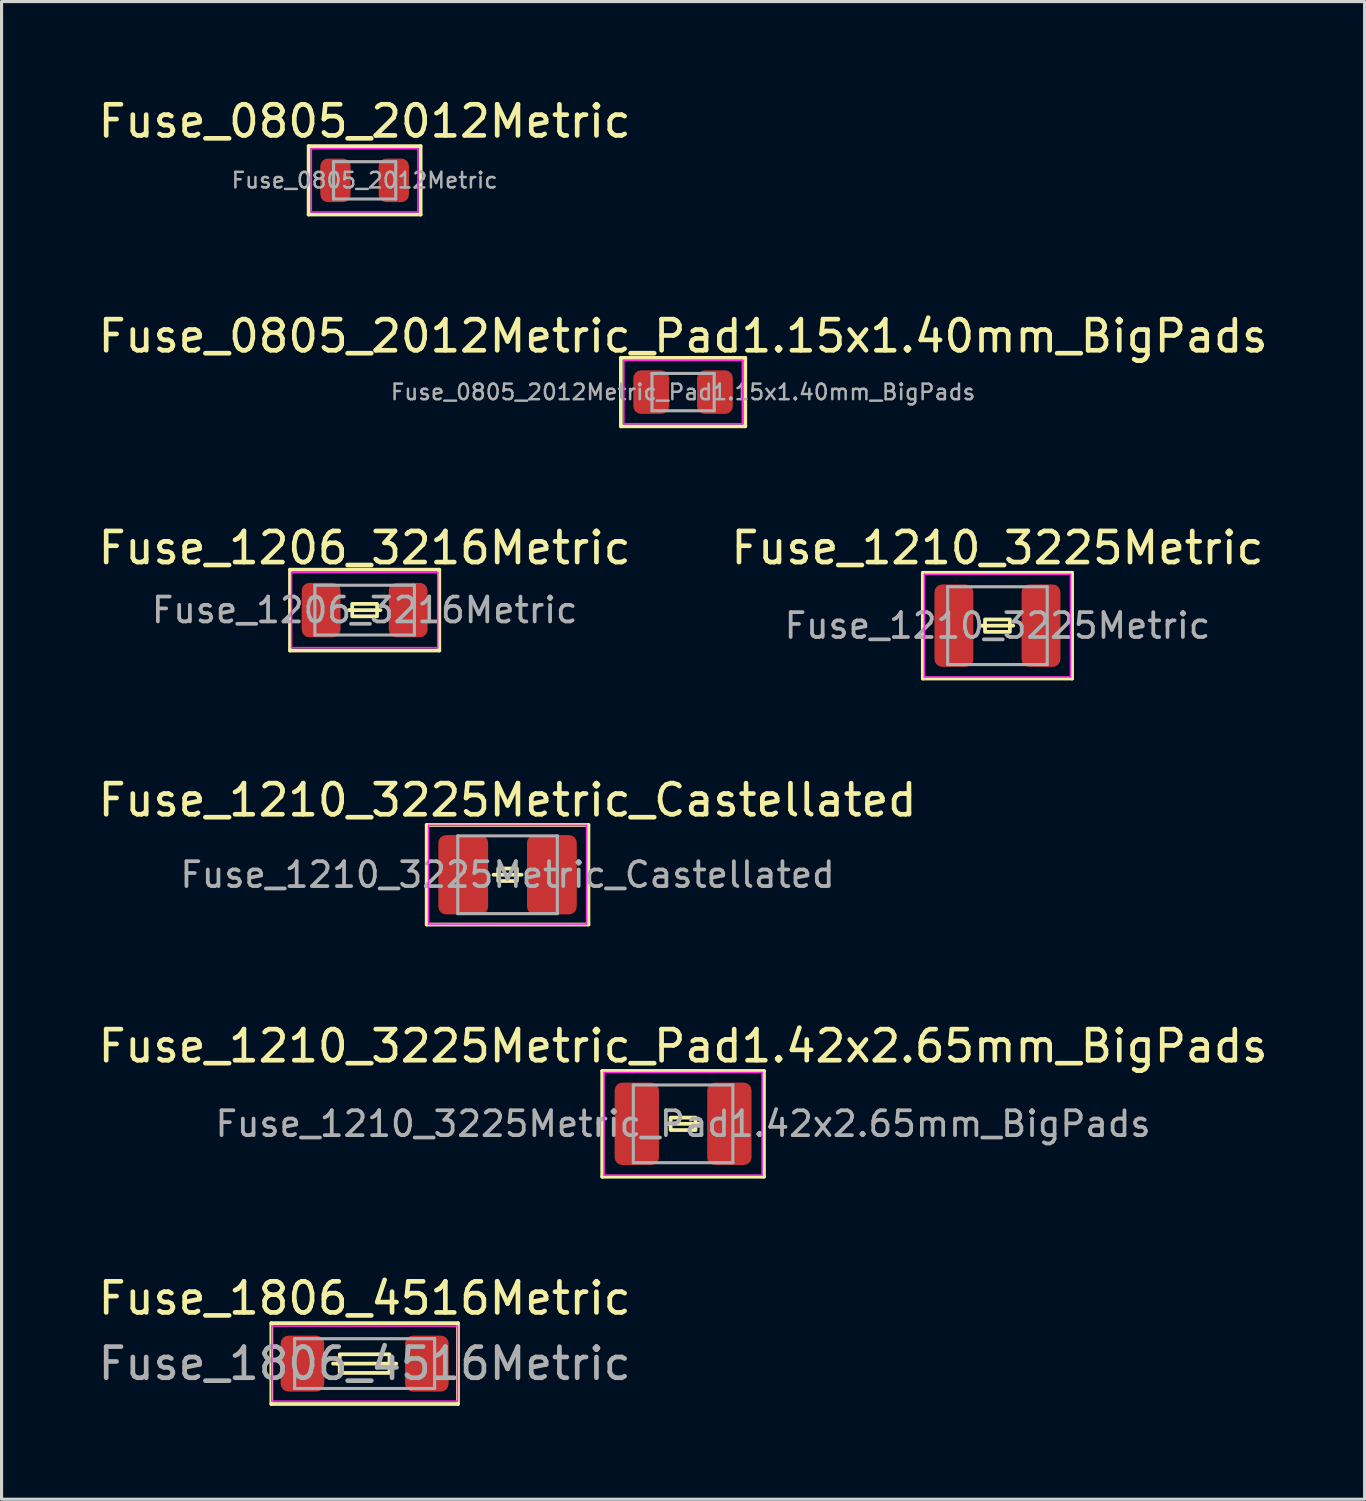
<source format=kicad_pcb>
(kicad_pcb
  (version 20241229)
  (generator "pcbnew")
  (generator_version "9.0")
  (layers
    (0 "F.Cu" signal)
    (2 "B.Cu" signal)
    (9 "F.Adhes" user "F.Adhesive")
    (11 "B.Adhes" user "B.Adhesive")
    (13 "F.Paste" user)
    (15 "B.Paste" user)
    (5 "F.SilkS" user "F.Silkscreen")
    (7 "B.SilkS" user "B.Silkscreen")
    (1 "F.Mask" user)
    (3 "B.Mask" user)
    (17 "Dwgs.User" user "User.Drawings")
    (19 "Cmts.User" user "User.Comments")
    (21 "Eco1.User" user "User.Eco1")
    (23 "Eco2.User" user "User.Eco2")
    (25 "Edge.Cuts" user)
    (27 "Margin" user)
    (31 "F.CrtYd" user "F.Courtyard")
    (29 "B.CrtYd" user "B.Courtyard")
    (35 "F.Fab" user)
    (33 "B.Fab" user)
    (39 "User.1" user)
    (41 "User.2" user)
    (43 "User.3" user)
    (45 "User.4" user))
  (footprint "Fuse_1206_3216Metric"
    (layer "F.Cu")
    (at 8.673 16.565)
    (property "Reference" "Fuse_1206_3216Metric" (at 0 -2 0) (layer "F.SilkS") (effects (font (size 1 1) (thickness 0.15))))
    (attr smd)
    (fp_line (start -2.4 -1.3) (end -2.4 1.3) (stroke (width 0.12) (type solid)) (layer "F.SilkS"))
    (fp_line (start -2.4 1.3) (end 2.4 1.3) (stroke (width 0.12) (type solid)) (layer "F.SilkS"))
    (fp_line (start -0.457 0) (end -0.508 0) (stroke (width 0.12) (type solid)) (layer "F.SilkS"))
    (fp_line (start -0.457 0) (end 0.508 0) (stroke (width 0.12) (type solid)) (layer "F.SilkS"))
    (fp_line (start 2.4 -1.3) (end -2.4 -1.3) (stroke (width 0.12) (type solid)) (layer "F.SilkS"))
    (fp_line (start 2.4 1.3) (end 2.4 -1.3) (stroke (width 0.12) (type solid)) (layer "F.SilkS"))
    (fp_rect (start -0.4 -0.2) (end 0.4 0.2) (stroke (width 0.12) (type solid)) (fill no) (layer "F.SilkS"))
    (fp_line (start -2.349 -1.206) (end 2.349 -1.206) (stroke (width 0.05) (type solid)) (layer "F.CrtYd"))
    (fp_line (start -2.349 1.206) (end -2.349 -1.206) (stroke (width 0.05) (type solid)) (layer "F.CrtYd"))
    (fp_line (start 2.349 -1.206) (end 2.349 1.206) (stroke (width 0.05) (type solid)) (layer "F.CrtYd"))
    (fp_line (start 2.349 1.206) (end -2.349 1.206) (stroke (width 0.05) (type solid)) (layer "F.CrtYd"))
    (fp_line (start -1.6 -0.8) (end 1.6 -0.8) (stroke (width 0.1) (type solid)) (layer "F.Fab"))
    (fp_line (start -1.6 0.8) (end -1.6 -0.8) (stroke (width 0.1) (type solid)) (layer "F.Fab"))
    (fp_line (start 1.6 -0.8) (end 1.6 0.8) (stroke (width 0.1) (type solid)) (layer "F.Fab"))
    (fp_line (start 1.6 0.8) (end -1.6 0.8) (stroke (width 0.1) (type solid)) (layer "F.Fab"))
    (fp_text user "${REFERENCE}" (at 0 0 0) (layer "F.Fab") (effects (font (size 0.8 0.8) (thickness 0.12))))
    (pad "1" smd roundrect (at -1.4 0) (size 1.25 1.75) (layers "F.Cu" "F.Mask" "F.Paste") (roundrect_rratio 0.2))
    (pad "2" smd roundrect (at 1.4 0) (size 1.25 1.75) (layers "F.Cu" "F.Mask" "F.Paste") (roundrect_rratio 0.2)))
  (footprint "Fuse_1210_3225Metric_Pad1.42x2.65mm_BigPads"
    (layer "F.Cu")
    (at 18.911 33.081)
    (property "Reference" "Fuse_1210_3225Metric_Pad1.42x2.65mm_BigPads" (at 0 -2.5 0) (layer "F.SilkS") (effects (font (size 1 1) (thickness 0.15))))
    (attr smd)
    (fp_line (start -2.6 -1.7) (end -2.6 1.7) (stroke (width 0.12) (type solid)) (layer "F.SilkS"))
    (fp_line (start -2.6 1.7) (end 2.6 1.7) (stroke (width 0.12) (type solid)) (layer "F.SilkS"))
    (fp_line (start -0.457 0) (end -0.508 0) (stroke (width 0.12) (type solid)) (layer "F.SilkS"))
    (fp_line (start -0.457 0) (end 0.508 0) (stroke (width 0.12) (type solid)) (layer "F.SilkS"))
    (fp_line (start 2.6 -1.7) (end -2.6 -1.7) (stroke (width 0.12) (type solid)) (layer "F.SilkS"))
    (fp_line (start 2.6 1.7) (end 2.6 -1.7) (stroke (width 0.12) (type solid)) (layer "F.SilkS"))
    (fp_rect (start -0.4 -0.2) (end 0.4 0.2) (stroke (width 0.12) (type solid)) (fill no) (layer "F.SilkS"))
    (fp_line (start -2.54 -1.651) (end 2.54 -1.651) (stroke (width 0.05) (type solid)) (layer "F.CrtYd"))
    (fp_line (start -2.54 1.651) (end -2.54 -1.651) (stroke (width 0.05) (type solid)) (layer "F.CrtYd"))
    (fp_line (start 2.54 -1.651) (end 2.54 1.651) (stroke (width 0.05) (type solid)) (layer "F.CrtYd"))
    (fp_line (start 2.54 1.651) (end -2.54 1.651) (stroke (width 0.05) (type solid)) (layer "F.CrtYd"))
    (fp_line (start -1.6 -1.25) (end 1.6 -1.25) (stroke (width 0.1) (type solid)) (layer "F.Fab"))
    (fp_line (start -1.6 1.25) (end -1.6 -1.25) (stroke (width 0.1) (type solid)) (layer "F.Fab"))
    (fp_line (start 1.6 -1.25) (end 1.6 1.25) (stroke (width 0.1) (type solid)) (layer "F.Fab"))
    (fp_line (start 1.6 1.25) (end -1.6 1.25) (stroke (width 0.1) (type solid)) (layer "F.Fab"))
    (fp_text user "${REFERENCE}" (at 0 0 0) (layer "F.Fab") (effects (font (size 0.8 0.8) (thickness 0.12))))
    (pad "1" smd roundrect (at -1.488 0) (size 1.425 2.65) (layers "F.Cu" "F.Mask" "F.Paste") (roundrect_rratio 0.175))
    (pad "2" smd roundrect (at 1.488 0) (size 1.425 2.65) (layers "F.Cu" "F.Mask" "F.Paste") (roundrect_rratio 0.175)))
  (footprint "Fuse_1806_4516Metric"
    (layer "F.Cu")
    (at 8.673 40.789)
    (property "Reference" "Fuse_1806_4516Metric" (at 0 -2.1 0) (layer "F.SilkS") (effects (font (size 1 1) (thickness 0.15))))
    (attr smd)
    (fp_line (start -3 -1.3) (end -3 1.3) (stroke (width 0.12) (type solid)) (layer "F.SilkS"))
    (fp_line (start -3 1.3) (end 3 1.3) (stroke (width 0.12) (type solid)) (layer "F.SilkS"))
    (fp_line (start -0.889 0) (end -1.016 0) (stroke (width 0.12) (type solid)) (layer "F.SilkS"))
    (fp_line (start -0.889 0) (end 1.016 0) (stroke (width 0.12) (type solid)) (layer "F.SilkS"))
    (fp_line (start 3 -1.3) (end -3 -1.3) (stroke (width 0.12) (type solid)) (layer "F.SilkS"))
    (fp_line (start 3 1.3) (end 3 -1.3) (stroke (width 0.12) (type solid)) (layer "F.SilkS"))
    (fp_rect (start -0.8 -0.3) (end 0.8 0.3) (stroke (width 0.12) (type solid)) (fill no) (layer "F.SilkS"))
    (fp_line (start -2.985 -1.206) (end 2.985 -1.206) (stroke (width 0.05) (type solid)) (layer "F.CrtYd"))
    (fp_line (start -2.985 1.206) (end -2.985 -1.206) (stroke (width 0.05) (type solid)) (layer "F.CrtYd"))
    (fp_line (start 2.985 -1.206) (end 2.985 1.206) (stroke (width 0.05) (type solid)) (layer "F.CrtYd"))
    (fp_line (start 2.985 1.206) (end -2.985 1.206) (stroke (width 0.05) (type solid)) (layer "F.CrtYd"))
    (fp_line (start -2.25 -0.8) (end 2.25 -0.8) (stroke (width 0.1) (type solid)) (layer "F.Fab"))
    (fp_line (start -2.25 0.8) (end -2.25 -0.8) (stroke (width 0.1) (type solid)) (layer "F.Fab"))
    (fp_line (start 2.25 -0.8) (end 2.25 0.8) (stroke (width 0.1) (type solid)) (layer "F.Fab"))
    (fp_line (start 2.25 0.8) (end -2.25 0.8) (stroke (width 0.1) (type solid)) (layer "F.Fab"))
    (fp_text user "${REFERENCE}" (at 0 0 0) (layer "F.Fab") (effects (font (size 1 1) (thickness 0.15))))
    (pad "1" smd roundrect (at -2 0) (size 1.4 1.8) (layers "F.Cu" "F.Mask" "F.Paste") (roundrect_rratio 0.179))
    (pad "2" smd roundrect (at 2 0) (size 1.4 1.8) (layers "F.Cu" "F.Mask" "F.Paste") (roundrect_rratio 0.179)))
  (footprint "Fuse_0805_2012Metric"
    (layer "F.Cu")
    (at 8.673 2.748)
    (property "Reference" "Fuse_0805_2012Metric" (at 0 -1.9 0) (layer "F.SilkS") (effects (font (size 1 1) (thickness 0.15))))
    (attr smd)
    (fp_line (start -1.8 -1.1) (end -1.8 1.1) (stroke (width 0.12) (type solid)) (layer "F.SilkS"))
    (fp_line (start -1.8 1.1) (end 1.8 1.1) (stroke (width 0.12) (type solid)) (layer "F.SilkS"))
    (fp_line (start 1.8 -1.1) (end -1.8 -1.1) (stroke (width 0.12) (type solid)) (layer "F.SilkS"))
    (fp_line (start 1.8 1.1) (end 1.8 -1.1) (stroke (width 0.12) (type solid)) (layer "F.SilkS"))
    (fp_line (start -1.714 -1.016) (end 1.714 -1.016) (stroke (width 0.05) (type solid)) (layer "F.CrtYd"))
    (fp_line (start -1.714 1.016) (end -1.714 -1.016) (stroke (width 0.05) (type solid)) (layer "F.CrtYd"))
    (fp_line (start 1.714 -1.016) (end 1.714 1.016) (stroke (width 0.05) (type solid)) (layer "F.CrtYd"))
    (fp_line (start 1.714 1.016) (end -1.714 1.016) (stroke (width 0.05) (type solid)) (layer "F.CrtYd"))
    (fp_line (start -1 -0.6) (end 1 -0.6) (stroke (width 0.1) (type solid)) (layer "F.Fab"))
    (fp_line (start -1 0.6) (end -1 -0.6) (stroke (width 0.1) (type solid)) (layer "F.Fab"))
    (fp_line (start 1 -0.6) (end 1 0.6) (stroke (width 0.1) (type solid)) (layer "F.Fab"))
    (fp_line (start 1 0.6) (end -1 0.6) (stroke (width 0.1) (type solid)) (layer "F.Fab"))
    (fp_text user "${REFERENCE}" (at 0 0 0) (layer "F.Fab") (effects (font (size 0.5 0.5) (thickness 0.08))))
    (pad "1" smd roundrect (at -0.938 0) (size 0.975 1.4) (layers "F.Cu" "F.Mask" "F.Paste") (roundrect_rratio 0.25))
    (pad "2" smd roundrect (at 0.938 0) (size 0.975 1.4) (layers "F.Cu" "F.Mask" "F.Paste") (roundrect_rratio 0.25)))
  (footprint "Fuse_0805_2012Metric_Pad1.15x1.40mm_BigPads"
    (layer "F.Cu")
    (at 18.911 9.556)
    (property "Reference" "Fuse_0805_2012Metric_Pad1.15x1.40mm_BigPads" (at 0 -1.8 0) (layer "F.SilkS") (effects (font (size 1 1) (thickness 0.15))))
    (attr smd)
    (fp_line (start -2 -1.1) (end -2 1.1) (stroke (width 0.12) (type solid)) (layer "F.SilkS"))
    (fp_line (start -2 1.1) (end 2 1.1) (stroke (width 0.12) (type solid)) (layer "F.SilkS"))
    (fp_line (start 2 -1.1) (end -2 -1.1) (stroke (width 0.12) (type solid)) (layer "F.SilkS"))
    (fp_line (start 2 1.1) (end 2 -1.1) (stroke (width 0.12) (type solid)) (layer "F.SilkS"))
    (fp_line (start -1.905 -1.016) (end 1.905 -1.016) (stroke (width 0.05) (type solid)) (layer "F.CrtYd"))
    (fp_line (start -1.905 1.016) (end -1.905 -1.016) (stroke (width 0.05) (type solid)) (layer "F.CrtYd"))
    (fp_line (start 1.905 -1.016) (end 1.905 1.016) (stroke (width 0.05) (type solid)) (layer "F.CrtYd"))
    (fp_line (start 1.905 1.016) (end -1.905 1.016) (stroke (width 0.05) (type solid)) (layer "F.CrtYd"))
    (fp_line (start -1 -0.6) (end 1 -0.6) (stroke (width 0.1) (type solid)) (layer "F.Fab"))
    (fp_line (start -1 0.6) (end -1 -0.6) (stroke (width 0.1) (type solid)) (layer "F.Fab"))
    (fp_line (start 1 -0.6) (end 1 0.6) (stroke (width 0.1) (type solid)) (layer "F.Fab"))
    (fp_line (start 1 0.6) (end -1 0.6) (stroke (width 0.1) (type solid)) (layer "F.Fab"))
    (fp_text user "${REFERENCE}" (at 0 0 0) (layer "F.Fab") (effects (font (size 0.5 0.5) (thickness 0.08))))
    (pad "1" smd roundrect (at -1.025 0) (size 1.15 1.4) (layers "F.Cu" "F.Mask" "F.Paste") (roundrect_rratio 0.217))
    (pad "2" smd roundrect (at 1.025 0) (size 1.15 1.4) (layers "F.Cu" "F.Mask" "F.Paste") (roundrect_rratio 0.217)))
  (footprint "Fuse_1210_3225Metric_Castellated"
    (layer "F.Cu")
    (at 13.268 25.073)
    (property "Reference" "Fuse_1210_3225Metric_Castellated" (at 0 -2.4 0) (layer "F.SilkS") (effects (font (size 1 1) (thickness 0.15))))
    (attr smd)
    (fp_line (start -2.6 -1.6) (end -2.6 1.6) (stroke (width 0.12) (type solid)) (layer "F.SilkS"))
    (fp_line (start -2.6 1.6) (end 2.6 1.6) (stroke (width 0.12) (type solid)) (layer "F.SilkS"))
    (fp_line (start 0.45 0) (end -0.45 0) (stroke (width 0.12) (type solid)) (layer "F.SilkS"))
    (fp_line (start 2.6 -1.6) (end -2.6 -1.6) (stroke (width 0.12) (type solid)) (layer "F.SilkS"))
    (fp_line (start 2.6 1.6) (end 2.6 -1.6) (stroke (width 0.12) (type solid)) (layer "F.SilkS"))
    (fp_rect (start -0.3 -0.2) (end 0.3 0.2) (stroke (width 0.12) (type solid)) (fill no) (layer "F.SilkS"))
    (fp_line (start -2.54 -1.587) (end 2.54 -1.587) (stroke (width 0.05) (type solid)) (layer "F.CrtYd"))
    (fp_line (start -2.54 1.587) (end -2.54 -1.587) (stroke (width 0.05) (type solid)) (layer "F.CrtYd"))
    (fp_line (start 2.54 -1.587) (end 2.54 1.587) (stroke (width 0.05) (type solid)) (layer "F.CrtYd"))
    (fp_line (start 2.54 1.587) (end -2.54 1.587) (stroke (width 0.05) (type solid)) (layer "F.CrtYd"))
    (fp_line (start -1.6 -1.25) (end 1.6 -1.25) (stroke (width 0.1) (type solid)) (layer "F.Fab"))
    (fp_line (start -1.6 1.25) (end -1.6 -1.25) (stroke (width 0.1) (type solid)) (layer "F.Fab"))
    (fp_line (start 1.6 -1.25) (end 1.6 1.25) (stroke (width 0.1) (type solid)) (layer "F.Fab"))
    (fp_line (start 1.6 1.25) (end -1.6 1.25) (stroke (width 0.1) (type solid)) (layer "F.Fab"))
    (fp_text user "${REFERENCE}" (at 0 0 0) (layer "F.Fab") (effects (font (size 0.8 0.8) (thickness 0.12))))
    (pad "1" smd roundrect (at -1.425 0) (size 1.6 2.55) (layers "F.Cu" "F.Mask" "F.Paste") (roundrect_rratio 0.156))
    (pad "2" smd roundrect (at 1.425 0) (size 1.6 2.55) (layers "F.Cu" "F.Mask" "F.Paste") (roundrect_rratio 0.156)))
  (footprint "Fuse_1210_3225Metric"
    (layer "F.Cu")
    (at 29.018 17.065)
    (property "Reference" "Fuse_1210_3225Metric" (at 0 -2.5 0) (layer "F.SilkS") (effects (font (size 1 1) (thickness 0.15))))
    (attr smd)
    (fp_line (start -2.4 -1.7) (end -2.4 1.7) (stroke (width 0.12) (type solid)) (layer "F.SilkS"))
    (fp_line (start -2.4 1.7) (end 2.4 1.7) (stroke (width 0.12) (type solid)) (layer "F.SilkS"))
    (fp_line (start -0.457 0) (end -0.508 0) (stroke (width 0.12) (type solid)) (layer "F.SilkS"))
    (fp_line (start -0.457 0) (end 0.508 0) (stroke (width 0.12) (type solid)) (layer "F.SilkS"))
    (fp_line (start 2.4 -1.7) (end -2.4 -1.7) (stroke (width 0.12) (type solid)) (layer "F.SilkS"))
    (fp_line (start 2.4 1.7) (end 2.4 -1.7) (stroke (width 0.12) (type solid)) (layer "F.SilkS"))
    (fp_rect (start -0.4 -0.2) (end 0.4 0.2) (stroke (width 0.12) (type solid)) (fill no) (layer "F.SilkS"))
    (fp_line (start -2.349 -1.651) (end 2.349 -1.651) (stroke (width 0.05) (type solid)) (layer "F.CrtYd"))
    (fp_line (start -2.349 1.651) (end -2.349 -1.651) (stroke (width 0.05) (type solid)) (layer "F.CrtYd"))
    (fp_line (start 2.349 -1.651) (end 2.349 1.651) (stroke (width 0.05) (type solid)) (layer "F.CrtYd"))
    (fp_line (start 2.349 1.651) (end -2.349 1.651) (stroke (width 0.05) (type solid)) (layer "F.CrtYd"))
    (fp_line (start -1.6 -1.25) (end 1.6 -1.25) (stroke (width 0.1) (type solid)) (layer "F.Fab"))
    (fp_line (start -1.6 1.25) (end -1.6 -1.25) (stroke (width 0.1) (type solid)) (layer "F.Fab"))
    (fp_line (start 1.6 -1.25) (end 1.6 1.25) (stroke (width 0.1) (type solid)) (layer "F.Fab"))
    (fp_line (start 1.6 1.25) (end -1.6 1.25) (stroke (width 0.1) (type solid)) (layer "F.Fab"))
    (fp_text user "${REFERENCE}" (at 0 0 0) (layer "F.Fab") (effects (font (size 0.8 0.8) (thickness 0.12))))
    (pad "1" smd roundrect (at -1.4 0) (size 1.25 2.65) (layers "F.Cu" "F.Mask" "F.Paste") (roundrect_rratio 0.2))
    (pad "2" smd roundrect (at 1.4 0) (size 1.25 2.65) (layers "F.Cu" "F.Mask" "F.Paste") (roundrect_rratio 0.2)))
  (gr_rect
    (start -3 -3)
    (end 40.821 45.15)
    (stroke (width 0.1) (type default))
    (fill no)
    (layer "Edge.Cuts")))
</source>
